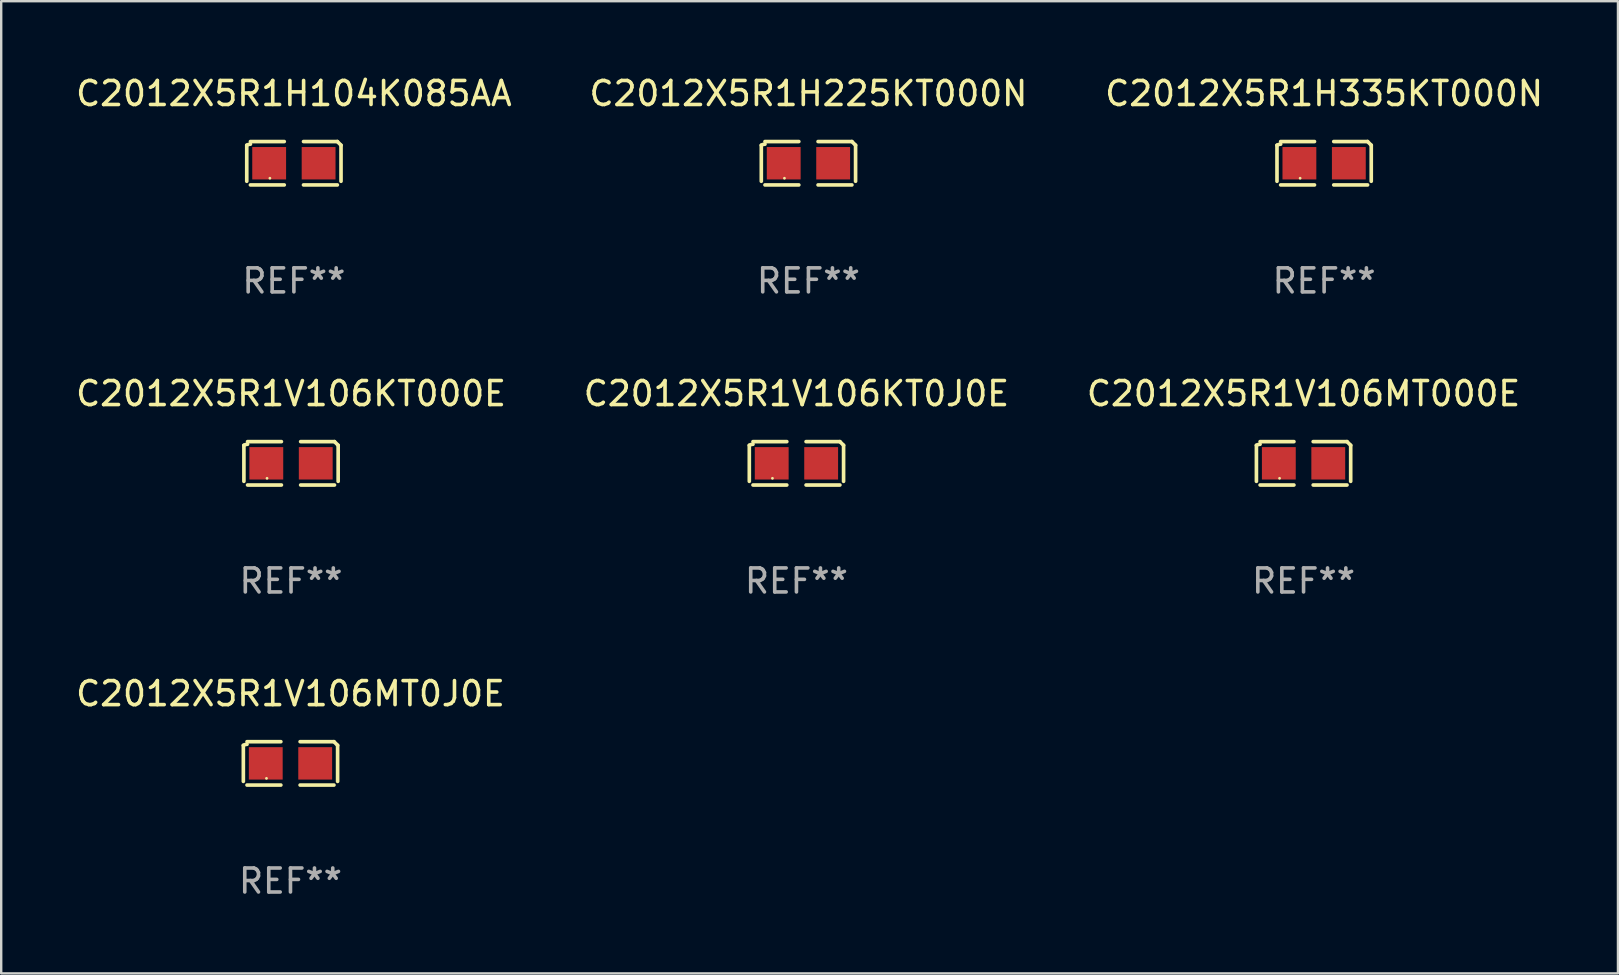
<source format=kicad_pcb>
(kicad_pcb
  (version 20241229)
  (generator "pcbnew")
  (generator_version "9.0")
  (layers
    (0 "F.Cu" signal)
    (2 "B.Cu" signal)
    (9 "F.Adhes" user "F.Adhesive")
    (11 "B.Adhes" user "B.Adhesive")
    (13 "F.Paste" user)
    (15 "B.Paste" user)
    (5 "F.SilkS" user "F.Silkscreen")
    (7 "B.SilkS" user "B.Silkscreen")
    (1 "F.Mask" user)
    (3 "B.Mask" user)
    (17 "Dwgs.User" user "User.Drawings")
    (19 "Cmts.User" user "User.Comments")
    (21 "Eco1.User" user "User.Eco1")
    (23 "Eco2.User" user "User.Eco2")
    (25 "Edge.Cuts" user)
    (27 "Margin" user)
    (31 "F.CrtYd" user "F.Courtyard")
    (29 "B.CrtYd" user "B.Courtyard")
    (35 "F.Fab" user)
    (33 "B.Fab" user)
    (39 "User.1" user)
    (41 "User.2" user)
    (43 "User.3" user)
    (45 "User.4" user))
  (footprint "C2012X5R1H225KT000N"
    (layer "F.Cu")
    (at 30.637 3.752)
    (property "Reference" "C2012X5R1H225KT000N" (at 0 -2.904 0) (layer "F.SilkS") (effects (font (size 1 1) (thickness 0.15))))
    (attr through_hole)
    (fp_line (start -1.964 0.751) (end -1.964 -0.751) (stroke (width 0.152) (type solid)) (layer "F.SilkS"))
    (fp_line (start -1.811 -0.904) (end -0.401 -0.904) (stroke (width 0.152) (type solid)) (layer "F.SilkS"))
    (fp_line (start -0.401 0.904) (end -1.811 0.904) (stroke (width 0.152) (type solid)) (layer "F.SilkS"))
    (fp_line (start 0.401 0.904) (end 1.811 0.904) (stroke (width 0.152) (type solid)) (layer "F.SilkS"))
    (fp_line (start 1.811 -0.904) (end 0.401 -0.904) (stroke (width 0.152) (type solid)) (layer "F.SilkS"))
    (fp_line (start 1.964 0.751) (end 1.964 -0.751) (stroke (width 0.152) (type solid)) (layer "F.SilkS"))
    (fp_arc (start -1.963602 -0.751207) (mid -1.890354 -0.783131) (end -1.811201 -0.794044) (stroke (width 0.1524) (type solid)) (layer "F.SilkS"))
    (fp_arc (start 1.811202 -0.903607) (mid 1.887413 -0.827418) (end 1.963602 -0.751207) (stroke (width 0.1524) (type solid)) (layer "F.SilkS"))
    (fp_circle (center -1 0.625) (end -0.97 0.625) (stroke (width 0.06) (type solid)) (fill no) (layer "F.SilkS"))
    (fp_text user "REF**" (at 0 4.904 0) (layer "F.Fab") (effects (font (size 1 1) (thickness 0.15))))
    (pad "1" smd rect (at -1.03 0) (size 1.41 1.35) (layers "F.Cu" "F.Mask" "F.Paste"))
    (pad "2" smd rect (at 1.03 0) (size 1.41 1.35) (layers "F.Cu" "F.Mask" "F.Paste")))
  (footprint "C2012X5R1V106MT000E"
    (layer "F.Cu")
    (at 51.268 16.256)
    (property "Reference" "C2012X5R1V106MT000E" (at 0 -2.904 0) (layer "F.SilkS") (effects (font (size 1 1) (thickness 0.15))))
    (attr through_hole)
    (fp_line (start -1.964 0.751) (end -1.964 -0.751) (stroke (width 0.152) (type solid)) (layer "F.SilkS"))
    (fp_line (start -1.811 -0.904) (end -0.401 -0.904) (stroke (width 0.152) (type solid)) (layer "F.SilkS"))
    (fp_line (start -0.401 0.904) (end -1.811 0.904) (stroke (width 0.152) (type solid)) (layer "F.SilkS"))
    (fp_line (start 0.401 0.904) (end 1.811 0.904) (stroke (width 0.152) (type solid)) (layer "F.SilkS"))
    (fp_line (start 1.811 -0.904) (end 0.401 -0.904) (stroke (width 0.152) (type solid)) (layer "F.SilkS"))
    (fp_line (start 1.964 0.751) (end 1.964 -0.751) (stroke (width 0.152) (type solid)) (layer "F.SilkS"))
    (fp_arc (start -1.963602 -0.751207) (mid -1.890354 -0.783131) (end -1.811201 -0.794044) (stroke (width 0.1524) (type solid)) (layer "F.SilkS"))
    (fp_arc (start 1.811202 -0.903607) (mid 1.887413 -0.827418) (end 1.963602 -0.751207) (stroke (width 0.1524) (type solid)) (layer "F.SilkS"))
    (fp_circle (center -1 0.625) (end -0.97 0.625) (stroke (width 0.06) (type solid)) (fill no) (layer "F.SilkS"))
    (fp_text user "REF**" (at 0 4.904 0) (layer "F.Fab") (effects (font (size 1 1) (thickness 0.15))))
    (pad "1" smd rect (at -1.03 0) (size 1.41 1.35) (layers "F.Cu" "F.Mask" "F.Paste"))
    (pad "2" smd rect (at 1.03 0) (size 1.41 1.35) (layers "F.Cu" "F.Mask" "F.Paste")))
  (footprint "C2012X5R1H335KT000N"
    (layer "F.Cu")
    (at 52.125 3.752)
    (property "Reference" "C2012X5R1H335KT000N" (at 0 -2.904 0) (layer "F.SilkS") (effects (font (size 1 1) (thickness 0.15))))
    (attr through_hole)
    (fp_line (start -1.964 0.751) (end -1.964 -0.751) (stroke (width 0.152) (type solid)) (layer "F.SilkS"))
    (fp_line (start -1.811 -0.904) (end -0.401 -0.904) (stroke (width 0.152) (type solid)) (layer "F.SilkS"))
    (fp_line (start -0.401 0.904) (end -1.811 0.904) (stroke (width 0.152) (type solid)) (layer "F.SilkS"))
    (fp_line (start 0.401 0.904) (end 1.811 0.904) (stroke (width 0.152) (type solid)) (layer "F.SilkS"))
    (fp_line (start 1.811 -0.904) (end 0.401 -0.904) (stroke (width 0.152) (type solid)) (layer "F.SilkS"))
    (fp_line (start 1.964 0.751) (end 1.964 -0.751) (stroke (width 0.152) (type solid)) (layer "F.SilkS"))
    (fp_arc (start -1.963602 -0.751207) (mid -1.890354 -0.783131) (end -1.811201 -0.794044) (stroke (width 0.1524) (type solid)) (layer "F.SilkS"))
    (fp_arc (start 1.811202 -0.903607) (mid 1.887413 -0.827418) (end 1.963602 -0.751207) (stroke (width 0.1524) (type solid)) (layer "F.SilkS"))
    (fp_circle (center -1 0.625) (end -0.97 0.625) (stroke (width 0.06) (type solid)) (fill no) (layer "F.SilkS"))
    (fp_text user "REF**" (at 0 4.904 0) (layer "F.Fab") (effects (font (size 1 1) (thickness 0.15))))
    (pad "1" smd rect (at -1.03 0) (size 1.41 1.35) (layers "F.Cu" "F.Mask" "F.Paste"))
    (pad "2" smd rect (at 1.03 0) (size 1.41 1.35) (layers "F.Cu" "F.Mask" "F.Paste")))
  (footprint "C2012X5R1V106MT0J0E"
    (layer "F.Cu")
    (at 9.054 28.759)
    (property "Reference" "C2012X5R1V106MT0J0E" (at 0 -2.904 0) (layer "F.SilkS") (effects (font (size 1 1) (thickness 0.15))))
    (attr through_hole)
    (fp_line (start -1.964 0.751) (end -1.964 -0.751) (stroke (width 0.152) (type solid)) (layer "F.SilkS"))
    (fp_line (start -1.811 -0.904) (end -0.401 -0.904) (stroke (width 0.152) (type solid)) (layer "F.SilkS"))
    (fp_line (start -0.401 0.904) (end -1.811 0.904) (stroke (width 0.152) (type solid)) (layer "F.SilkS"))
    (fp_line (start 0.401 0.904) (end 1.811 0.904) (stroke (width 0.152) (type solid)) (layer "F.SilkS"))
    (fp_line (start 1.811 -0.904) (end 0.401 -0.904) (stroke (width 0.152) (type solid)) (layer "F.SilkS"))
    (fp_line (start 1.964 0.751) (end 1.964 -0.751) (stroke (width 0.152) (type solid)) (layer "F.SilkS"))
    (fp_arc (start -1.963602 -0.751207) (mid -1.890354 -0.783131) (end -1.811201 -0.794044) (stroke (width 0.1524) (type solid)) (layer "F.SilkS"))
    (fp_arc (start 1.811202 -0.903607) (mid 1.887413 -0.827418) (end 1.963602 -0.751207) (stroke (width 0.1524) (type solid)) (layer "F.SilkS"))
    (fp_circle (center -1 0.625) (end -0.97 0.625) (stroke (width 0.06) (type solid)) (fill no) (layer "F.SilkS"))
    (fp_text user "REF**" (at 0 4.904 0) (layer "F.Fab") (effects (font (size 1 1) (thickness 0.15))))
    (pad "1" smd rect (at -1.03 0) (size 1.41 1.35) (layers "F.Cu" "F.Mask" "F.Paste"))
    (pad "2" smd rect (at 1.03 0) (size 1.41 1.35) (layers "F.Cu" "F.Mask" "F.Paste")))
  (footprint "C2012X5R1V106KT0J0E"
    (layer "F.Cu")
    (at 30.137 16.256)
    (property "Reference" "C2012X5R1V106KT0J0E" (at 0 -2.904 0) (layer "F.SilkS") (effects (font (size 1 1) (thickness 0.15))))
    (attr through_hole)
    (fp_line (start -1.964 0.751) (end -1.964 -0.751) (stroke (width 0.152) (type solid)) (layer "F.SilkS"))
    (fp_line (start -1.811 -0.904) (end -0.401 -0.904) (stroke (width 0.152) (type solid)) (layer "F.SilkS"))
    (fp_line (start -0.401 0.904) (end -1.811 0.904) (stroke (width 0.152) (type solid)) (layer "F.SilkS"))
    (fp_line (start 0.401 0.904) (end 1.811 0.904) (stroke (width 0.152) (type solid)) (layer "F.SilkS"))
    (fp_line (start 1.811 -0.904) (end 0.401 -0.904) (stroke (width 0.152) (type solid)) (layer "F.SilkS"))
    (fp_line (start 1.964 0.751) (end 1.964 -0.751) (stroke (width 0.152) (type solid)) (layer "F.SilkS"))
    (fp_arc (start -1.963602 -0.751207) (mid -1.890354 -0.783131) (end -1.811201 -0.794044) (stroke (width 0.1524) (type solid)) (layer "F.SilkS"))
    (fp_arc (start 1.811202 -0.903607) (mid 1.887413 -0.827418) (end 1.963602 -0.751207) (stroke (width 0.1524) (type solid)) (layer "F.SilkS"))
    (fp_circle (center -1 0.625) (end -0.97 0.625) (stroke (width 0.06) (type solid)) (fill no) (layer "F.SilkS"))
    (fp_text user "REF**" (at 0 4.904 0) (layer "F.Fab") (effects (font (size 1 1) (thickness 0.15))))
    (pad "1" smd rect (at -1.03 0) (size 1.41 1.35) (layers "F.Cu" "F.Mask" "F.Paste"))
    (pad "2" smd rect (at 1.03 0) (size 1.41 1.35) (layers "F.Cu" "F.Mask" "F.Paste")))
  (footprint "C2012X5R1H104K085AA"
    (layer "F.Cu")
    (at 9.196 3.752)
    (property "Reference" "C2012X5R1H104K085AA" (at 0 -2.904 0) (layer "F.SilkS") (effects (font (size 1 1) (thickness 0.15))))
    (attr through_hole)
    (fp_line (start -1.964 0.751) (end -1.964 -0.751) (stroke (width 0.152) (type solid)) (layer "F.SilkS"))
    (fp_line (start -1.811 -0.904) (end -0.401 -0.904) (stroke (width 0.152) (type solid)) (layer "F.SilkS"))
    (fp_line (start -0.401 0.904) (end -1.811 0.904) (stroke (width 0.152) (type solid)) (layer "F.SilkS"))
    (fp_line (start 0.401 0.904) (end 1.811 0.904) (stroke (width 0.152) (type solid)) (layer "F.SilkS"))
    (fp_line (start 1.811 -0.904) (end 0.401 -0.904) (stroke (width 0.152) (type solid)) (layer "F.SilkS"))
    (fp_line (start 1.964 0.751) (end 1.964 -0.751) (stroke (width 0.152) (type solid)) (layer "F.SilkS"))
    (fp_arc (start -1.963602 -0.751207) (mid -1.890354 -0.783131) (end -1.811201 -0.794044) (stroke (width 0.1524) (type solid)) (layer "F.SilkS"))
    (fp_arc (start 1.811202 -0.903607) (mid 1.887413 -0.827418) (end 1.963602 -0.751207) (stroke (width 0.1524) (type solid)) (layer "F.SilkS"))
    (fp_circle (center -1 0.625) (end -0.97 0.625) (stroke (width 0.06) (type solid)) (fill no) (layer "F.SilkS"))
    (fp_text user "REF**" (at 0 4.904 0) (layer "F.Fab") (effects (font (size 1 1) (thickness 0.15))))
    (pad "1" smd rect (at -1.03 0) (size 1.41 1.35) (layers "F.Cu" "F.Mask" "F.Paste"))
    (pad "2" smd rect (at 1.03 0) (size 1.41 1.35) (layers "F.Cu" "F.Mask" "F.Paste")))
  (footprint "C2012X5R1V106KT000E"
    (layer "F.Cu")
    (at 9.077 16.256)
    (property "Reference" "C2012X5R1V106KT000E" (at 0 -2.904 0) (layer "F.SilkS") (effects (font (size 1 1) (thickness 0.15))))
    (attr through_hole)
    (fp_line (start -1.964 0.751) (end -1.964 -0.751) (stroke (width 0.152) (type solid)) (layer "F.SilkS"))
    (fp_line (start -1.811 -0.904) (end -0.401 -0.904) (stroke (width 0.152) (type solid)) (layer "F.SilkS"))
    (fp_line (start -0.401 0.904) (end -1.811 0.904) (stroke (width 0.152) (type solid)) (layer "F.SilkS"))
    (fp_line (start 0.401 0.904) (end 1.811 0.904) (stroke (width 0.152) (type solid)) (layer "F.SilkS"))
    (fp_line (start 1.811 -0.904) (end 0.401 -0.904) (stroke (width 0.152) (type solid)) (layer "F.SilkS"))
    (fp_line (start 1.964 0.751) (end 1.964 -0.751) (stroke (width 0.152) (type solid)) (layer "F.SilkS"))
    (fp_arc (start -1.963602 -0.751207) (mid -1.890354 -0.783131) (end -1.811201 -0.794044) (stroke (width 0.1524) (type solid)) (layer "F.SilkS"))
    (fp_arc (start 1.811202 -0.903607) (mid 1.887413 -0.827418) (end 1.963602 -0.751207) (stroke (width 0.1524) (type solid)) (layer "F.SilkS"))
    (fp_circle (center -1 0.625) (end -0.97 0.625) (stroke (width 0.06) (type solid)) (fill no) (layer "F.SilkS"))
    (fp_text user "REF**" (at 0 4.904 0) (layer "F.Fab") (effects (font (size 1 1) (thickness 0.15))))
    (pad "1" smd rect (at -1.03 0) (size 1.41 1.35) (layers "F.Cu" "F.Mask" "F.Paste"))
    (pad "2" smd rect (at 1.03 0) (size 1.41 1.35) (layers "F.Cu" "F.Mask" "F.Paste")))
  (gr_rect
    (start -3 -3)
    (end 64.369 37.511)
    (stroke (width 0.1) (type default))
    (fill no)
    (layer "Edge.Cuts")))
</source>
